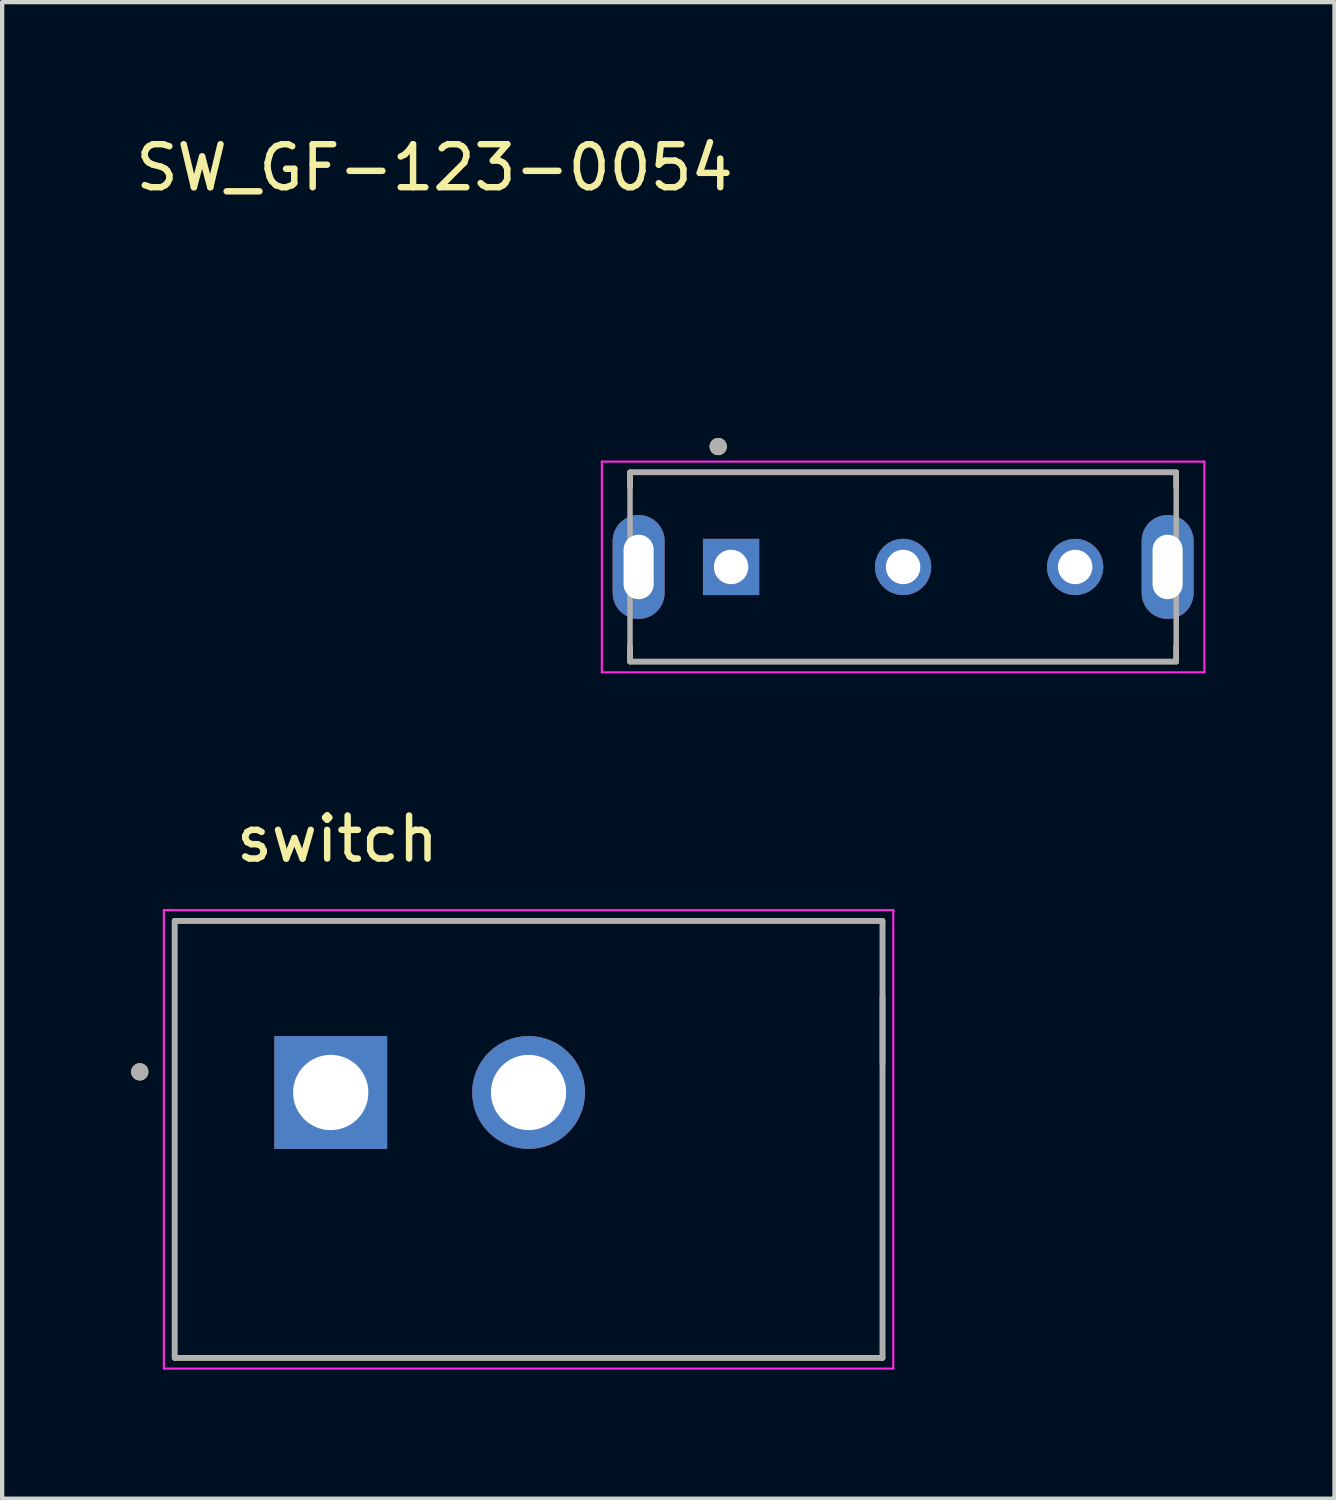
<source format=kicad_pcb>
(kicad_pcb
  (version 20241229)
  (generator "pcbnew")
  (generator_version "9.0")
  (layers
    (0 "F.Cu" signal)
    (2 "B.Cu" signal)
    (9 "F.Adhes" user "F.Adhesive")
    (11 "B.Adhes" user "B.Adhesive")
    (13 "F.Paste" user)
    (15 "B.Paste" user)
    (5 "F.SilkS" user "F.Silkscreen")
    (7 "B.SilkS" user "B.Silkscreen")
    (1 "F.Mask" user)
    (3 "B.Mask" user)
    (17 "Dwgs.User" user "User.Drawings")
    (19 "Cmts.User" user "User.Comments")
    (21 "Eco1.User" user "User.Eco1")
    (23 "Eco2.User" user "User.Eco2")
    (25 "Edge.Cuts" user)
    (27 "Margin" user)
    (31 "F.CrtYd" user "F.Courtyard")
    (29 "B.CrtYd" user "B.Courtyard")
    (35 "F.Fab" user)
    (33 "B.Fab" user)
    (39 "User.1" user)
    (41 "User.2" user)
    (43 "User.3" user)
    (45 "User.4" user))
  (footprint "SW_GF-123-0054"
    (layer "F.Cu")
    (at 11.499 7.833)
    (property "Reference" "SW_GF-123-0054" (at -4.445 -6.985 0) (layer "F.SilkS") (effects (font (size 1 1) (thickness 0.15))))
    (attr through_hole)
    (fp_line (start 0.1 0.1) (end 12.8 0.1) (stroke (width 0.127) (type solid)) (layer "F.SilkS"))
    (fp_line (start 0.1 0.45) (end 0.1 0.1) (stroke (width 0.127) (type solid)) (layer "F.SilkS"))
    (fp_line (start 0.1 4.15) (end 0.1 4.5) (stroke (width 0.127) (type solid)) (layer "F.SilkS"))
    (fp_line (start 0.1 4.5) (end 12.8 4.5) (stroke (width 0.127) (type solid)) (layer "F.SilkS"))
    (fp_line (start 12.8 0.1) (end 12.8 0.45) (stroke (width 0.127) (type solid)) (layer "F.SilkS"))
    (fp_line (start 12.8 4.5) (end 12.8 4.15) (stroke (width 0.127) (type solid)) (layer "F.SilkS"))
    (fp_circle (center 2.15 -0.5) (end 2.25 -0.5) (stroke (width 0.2) (type solid)) (fill no) (layer "F.SilkS"))
    (fp_line (start -0.555 -0.15) (end -0.555 4.75) (stroke (width 0.05) (type solid)) (layer "F.CrtYd"))
    (fp_line (start -0.555 4.75) (end 13.455 4.75) (stroke (width 0.05) (type solid)) (layer "F.CrtYd"))
    (fp_line (start 13.455 -0.15) (end -0.555 -0.15) (stroke (width 0.05) (type solid)) (layer "F.CrtYd"))
    (fp_line (start 13.455 4.75) (end 13.455 -0.15) (stroke (width 0.05) (type solid)) (layer "F.CrtYd"))
    (fp_line (start 0.1 0.1) (end 0.1 4.5) (stroke (width 0.127) (type solid)) (layer "F.Fab"))
    (fp_line (start 0.1 4.5) (end 12.8 4.5) (stroke (width 0.127) (type solid)) (layer "F.Fab"))
    (fp_line (start 12.8 0.1) (end 0.1 0.1) (stroke (width 0.127) (type solid)) (layer "F.Fab"))
    (fp_line (start 12.8 4.5) (end 12.8 0.1) (stroke (width 0.127) (type solid)) (layer "F.Fab"))
    (fp_circle (center 2.15 -0.5) (end 2.25 -0.5) (stroke (width 0.2) (type solid)) (fill no) (layer "F.Fab"))
    (pad "1" thru_hole rect (at 2.45 2.3) (size 1.308 1.308) (drill 0.8) (layers "*.Cu" "*.Mask"))
    (pad "2" thru_hole circle (at 6.45 2.3) (size 1.308 1.308) (drill 0.8) (layers "*.Cu" "*.Mask"))
    (pad "3" thru_hole circle (at 10.45 2.3) (size 1.308 1.308) (drill 0.8) (layers "*.Cu" "*.Mask"))
    (pad "SH1" thru_hole oval (at 0.3 2.3) (size 1.208 2.416) (drill oval 0.7 1.5) (layers "*.Cu" "*.Mask"))
    (pad "SH2" thru_hole oval (at 12.6 2.3) (size 1.208 2.416) (drill oval 0.7 1.5) (layers "*.Cu" "*.Mask")))
  (footprint "switch"
    (layer "F.Cu")
    (at 9.24 23.442)
    (property "Reference" "switch" (at -4.445 -6.985 0) (layer "F.SilkS") (effects (font (size 1 1) (thickness 0.15))))
    (attr through_hole)
    (fp_line (start -8.23 5.08) (end -8.23 -5.08) (stroke (width 0.127) (type solid)) (layer "F.SilkS"))
    (fp_line (start 8.23 -5.08) (end -8.23 -5.08) (stroke (width 0.127) (type solid)) (layer "F.SilkS"))
    (fp_line (start 8.23 -5.08) (end 8.23 5.08) (stroke (width 0.127) (type solid)) (layer "F.SilkS"))
    (fp_line (start 8.23 -3.3) (end 8.23 -1.75) (stroke (width 0.127) (type solid)) (layer "F.SilkS"))
    (fp_line (start 8.23 5.08) (end -8.23 5.08) (stroke (width 0.127) (type solid)) (layer "F.SilkS"))
    (fp_circle (center -9.04 -1.57) (end -8.94 -1.57) (stroke (width 0.2) (type solid)) (fill no) (layer "F.SilkS"))
    (fp_line (start -8.48 -5.33) (end 8.48 -5.33) (stroke (width 0.05) (type solid)) (layer "F.CrtYd"))
    (fp_line (start -8.48 5.33) (end -8.48 -5.33) (stroke (width 0.05) (type solid)) (layer "F.CrtYd"))
    (fp_line (start 8.48 -5.33) (end 8.48 5.33) (stroke (width 0.05) (type solid)) (layer "F.CrtYd"))
    (fp_line (start 8.48 5.33) (end -8.48 5.33) (stroke (width 0.05) (type solid)) (layer "F.CrtYd"))
    (fp_line (start -8.23 -5.08) (end 8.23 -5.08) (stroke (width 0.127) (type solid)) (layer "F.Fab"))
    (fp_line (start -8.23 5.08) (end -8.23 -5.08) (stroke (width 0.127) (type solid)) (layer "F.Fab"))
    (fp_line (start 8.23 -5.08) (end 8.23 5.08) (stroke (width 0.127) (type solid)) (layer "F.Fab"))
    (fp_line (start 8.23 5.08) (end -8.23 5.08) (stroke (width 0.127) (type solid)) (layer "F.Fab"))
    (fp_circle (center -9.04 -1.57) (end -8.94 -1.57) (stroke (width 0.2) (type solid)) (fill no) (layer "F.Fab"))
    (pad "1" thru_hole rect (at -4.6 -1.09) (size 2.625 2.625) (drill 1.75) (layers "*.Cu" "*.Mask"))
    (pad "2" thru_hole circle (at 0 -1.09) (size 2.625 2.625) (drill 1.75) (layers "*.Cu" "*.Mask")))
  (gr_rect
    (start -3 -3)
    (end 27.979 31.797)
    (stroke (width 0.1) (type default))
    (fill no)
    (layer "Edge.Cuts")))
</source>
